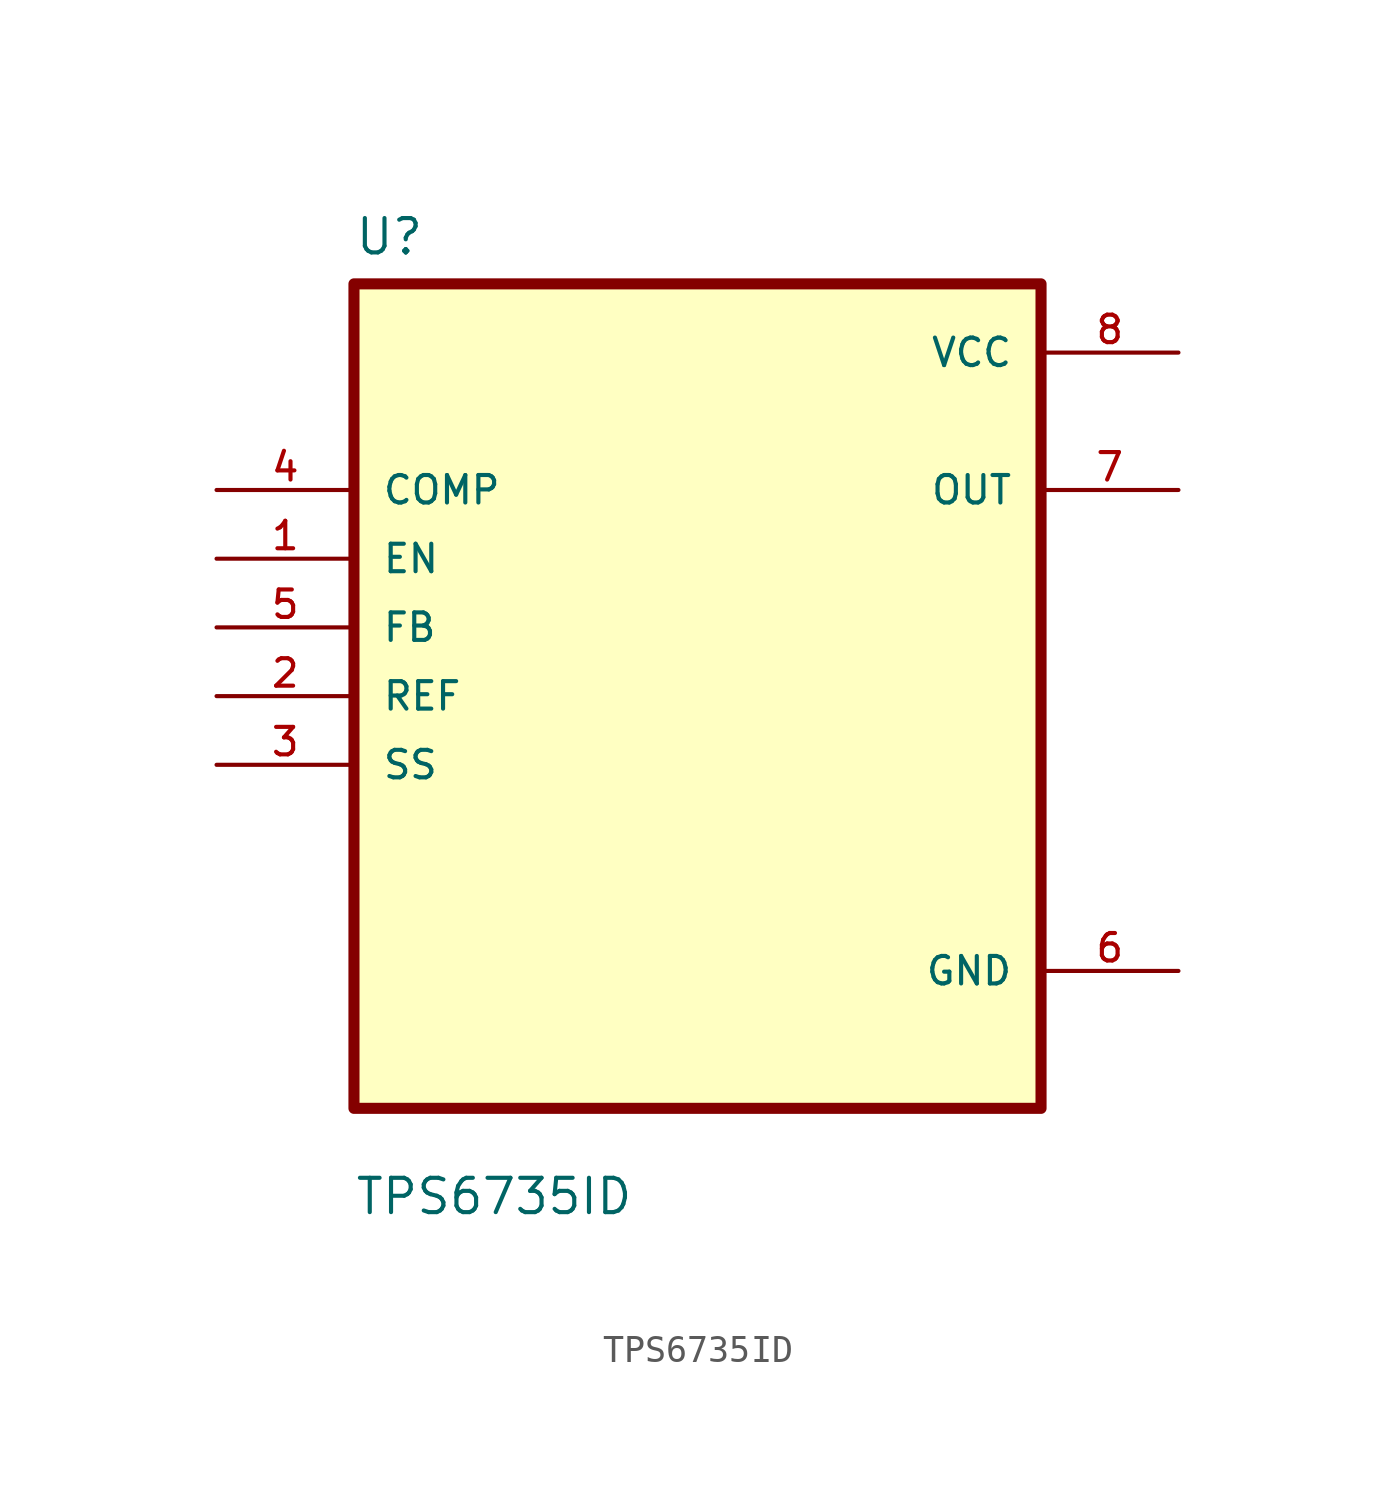
<source format=kicad_sym>
(kicad_symbol_lib
  (version 20211014)
  (generator kicad_symbol_editor)
  (symbol "TPS6735ID"
    (pin_names
      (offset 1.016))
    (property "Reference" "U"
      (at -12.7 16.24 0.0)
      (effects (font (size 1.27 1.27)) (justify bottom left)))
    (property "Value" "TPS6735ID"
      (at -12.7 -19.24 0.0)
      (effects (font (size 1.27 1.27)) (justify bottom left)))
    (symbol "TPS6735ID_0_0"
      (rectangle (start -12.7 -15.24) (end 12.7 15.24) (stroke (width 0.41)) (fill (type background)))
      (pin input line (at -17.78 7.62 0) (length 5.08) (name "COMP" (effects (font (size 1.016 1.016)))) (number "4" (effects (font (size 1.016 1.016)))))
      (pin input line (at -17.78 5.08 0) (length 5.08) (name "EN" (effects (font (size 1.016 1.016)))) (number "1" (effects (font (size 1.016 1.016)))))
      (pin input line (at -17.78 2.54 0) (length 5.08) (name "FB" (effects (font (size 1.016 1.016)))) (number "5" (effects (font (size 1.016 1.016)))))
      (pin input line (at -17.78 0.0 0) (length 5.08) (name "REF" (effects (font (size 1.016 1.016)))) (number "2" (effects (font (size 1.016 1.016)))))
      (pin input line (at -17.78 -2.54 0) (length 5.08) (name "SS" (effects (font (size 1.016 1.016)))) (number "3" (effects (font (size 1.016 1.016)))))
      (pin power_in line (at 17.78 12.7 180.0) (length 5.08) (name "VCC" (effects (font (size 1.016 1.016)))) (number "8" (effects (font (size 1.016 1.016)))))
      (pin output line (at 17.78 7.62 180.0) (length 5.08) (name "OUT" (effects (font (size 1.016 1.016)))) (number "7" (effects (font (size 1.016 1.016)))))
      (pin power_in line (at 17.78 -10.16 180.0) (length 5.08) (name "GND" (effects (font (size 1.016 1.016)))) (number "6" (effects (font (size 1.016 1.016))))))))
</source>
